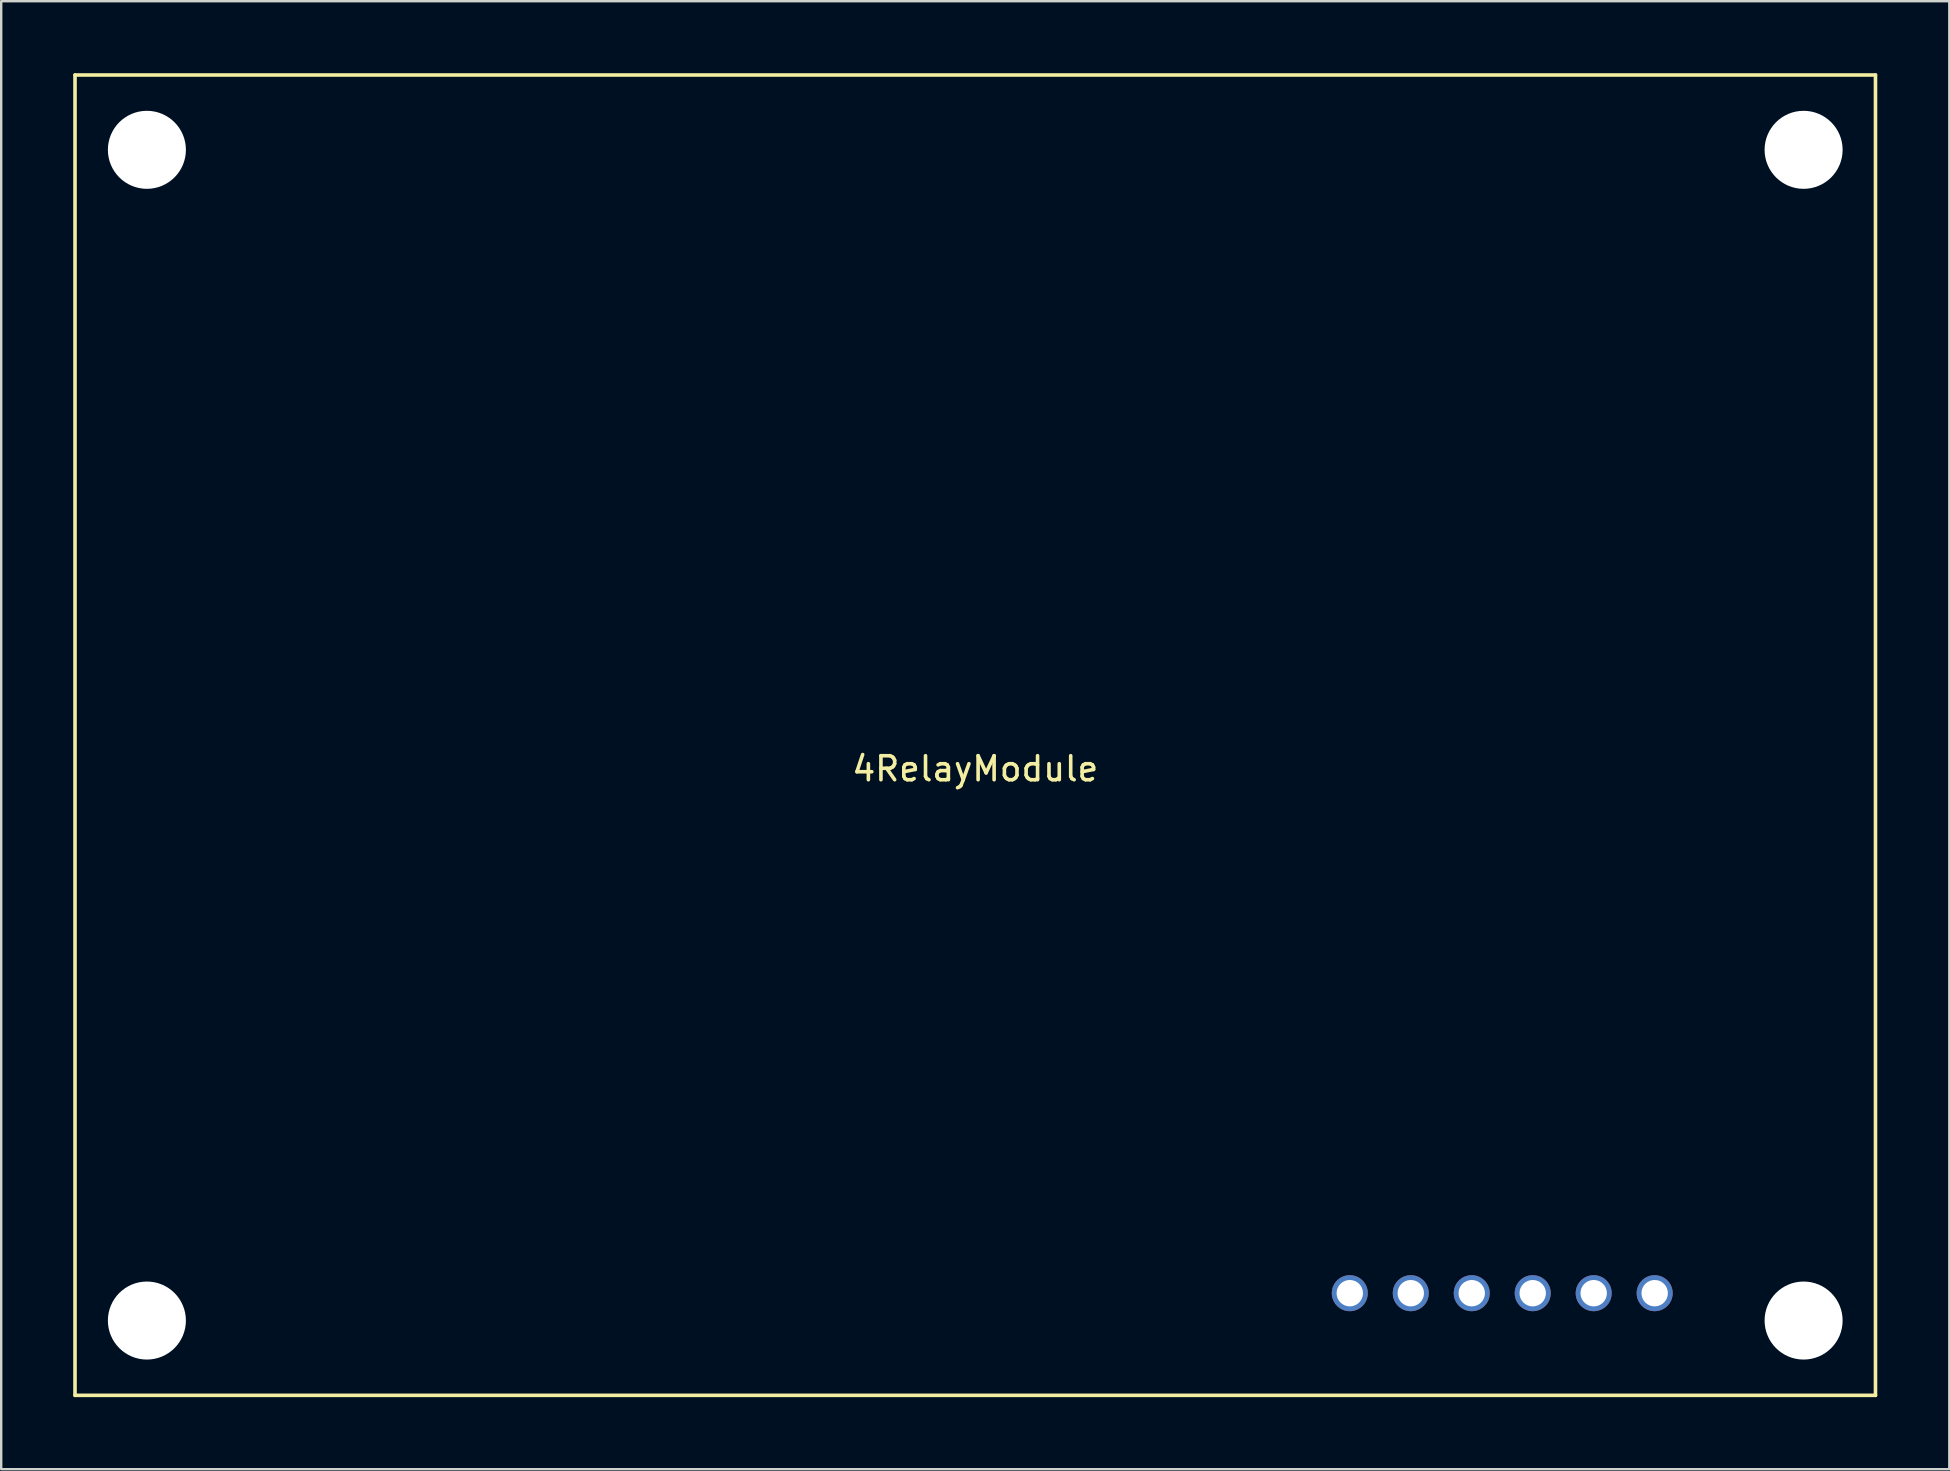
<source format=kicad_pcb>
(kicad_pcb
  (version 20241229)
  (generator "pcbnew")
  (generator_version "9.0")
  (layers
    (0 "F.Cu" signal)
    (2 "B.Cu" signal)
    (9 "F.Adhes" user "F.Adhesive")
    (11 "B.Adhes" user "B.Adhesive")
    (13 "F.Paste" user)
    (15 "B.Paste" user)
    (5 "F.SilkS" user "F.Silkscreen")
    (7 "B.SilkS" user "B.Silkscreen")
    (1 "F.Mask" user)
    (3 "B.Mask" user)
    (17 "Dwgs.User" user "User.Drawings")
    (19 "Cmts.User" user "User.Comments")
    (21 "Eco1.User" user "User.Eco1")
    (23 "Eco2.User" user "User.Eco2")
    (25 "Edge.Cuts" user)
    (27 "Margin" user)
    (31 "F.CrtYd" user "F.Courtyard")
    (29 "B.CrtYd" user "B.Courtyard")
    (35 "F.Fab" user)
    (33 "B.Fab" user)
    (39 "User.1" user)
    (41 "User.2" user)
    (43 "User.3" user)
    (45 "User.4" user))
  (footprint "4RelayModule"
    (layer "F.Cu")
    (at 37.575 27.575)
    (property "Reference" "4RelayModule" (at 0 1.4 0) (layer "F.SilkS") (effects (font (size 1 1) (thickness 0.15))))
    (attr through_hole)
    (fp_line (start -37.5 -27.5) (end 37.5 -27.5) (stroke (width 0.15) (type solid)) (layer "F.SilkS"))
    (fp_line (start -37.5 27.5) (end -37.5 -27.5) (stroke (width 0.15) (type solid)) (layer "F.SilkS"))
    (fp_line (start 37.5 -27.5) (end 37.5 27.5) (stroke (width 0.15) (type solid)) (layer "F.SilkS"))
    (fp_line (start 37.5 27.5) (end -37.5 27.5) (stroke (width 0.15) (type solid)) (layer "F.SilkS"))
    (pad "" np_thru_hole circle (at -34.506 -24.384) (size 3.25 3.25) (drill 3.25) (layers "*.Cu" "*.Mask"))
    (pad "" np_thru_hole circle (at -34.506 24.384) (size 3.25 3.25) (drill 3.25) (layers "*.Cu" "*.Mask"))
    (pad "" np_thru_hole circle (at 34.506 -24.384) (size 3.25 3.25) (drill 3.25) (layers "*.Cu" "*.Mask"))
    (pad "" np_thru_hole circle (at 34.506 24.384) (size 3.25 3.25) (drill 3.25) (layers "*.Cu" "*.Mask"))
    (pad "1" thru_hole circle (at 15.602 23.244) (size 1.5 1.5) (drill 1.1) (layers "*.Cu" "*.Mask"))
    (pad "2" thru_hole circle (at 18.142 23.244) (size 1.5 1.5) (drill 1.1) (layers "*.Cu" "*.Mask"))
    (pad "3" thru_hole circle (at 20.682 23.244) (size 1.5 1.5) (drill 1.1) (layers "*.Cu" "*.Mask"))
    (pad "4" thru_hole circle (at 23.222 23.244) (size 1.5 1.5) (drill 1.1) (layers "*.Cu" "*.Mask"))
    (pad "5" thru_hole circle (at 25.762 23.244) (size 1.5 1.5) (drill 1.1) (layers "*.Cu" "*.Mask"))
    (pad "6" thru_hole circle (at 28.302 23.244) (size 1.5 1.5) (drill 1.1) (layers "*.Cu" "*.Mask")))
  (gr_rect
    (start -3 -3)
    (end 78.15 58.15)
    (stroke (width 0.1) (type default))
    (fill no)
    (layer "Edge.Cuts")))
</source>
